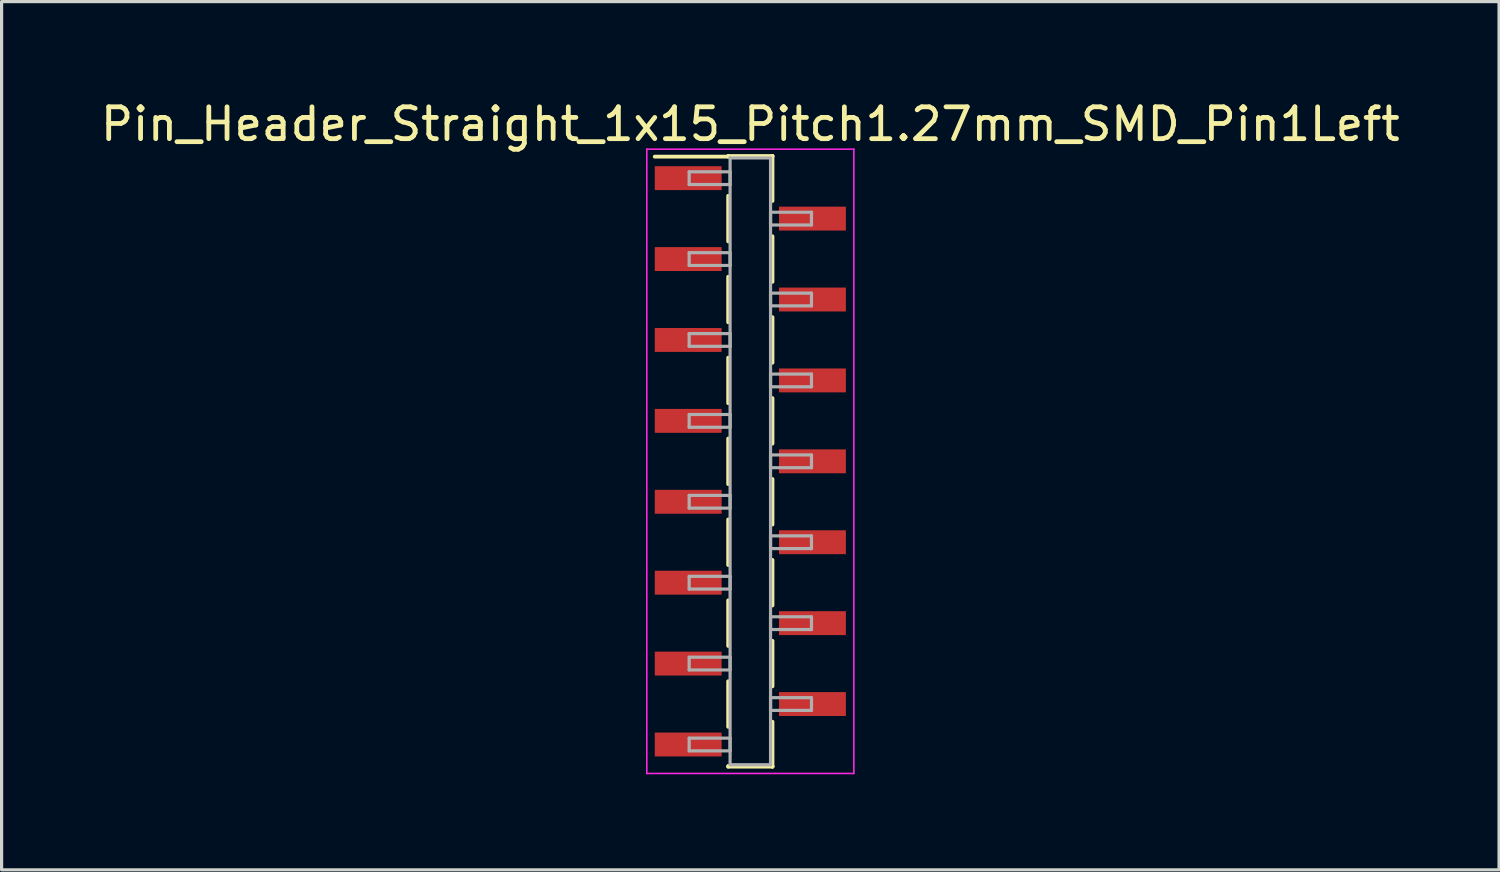
<source format=kicad_pcb>
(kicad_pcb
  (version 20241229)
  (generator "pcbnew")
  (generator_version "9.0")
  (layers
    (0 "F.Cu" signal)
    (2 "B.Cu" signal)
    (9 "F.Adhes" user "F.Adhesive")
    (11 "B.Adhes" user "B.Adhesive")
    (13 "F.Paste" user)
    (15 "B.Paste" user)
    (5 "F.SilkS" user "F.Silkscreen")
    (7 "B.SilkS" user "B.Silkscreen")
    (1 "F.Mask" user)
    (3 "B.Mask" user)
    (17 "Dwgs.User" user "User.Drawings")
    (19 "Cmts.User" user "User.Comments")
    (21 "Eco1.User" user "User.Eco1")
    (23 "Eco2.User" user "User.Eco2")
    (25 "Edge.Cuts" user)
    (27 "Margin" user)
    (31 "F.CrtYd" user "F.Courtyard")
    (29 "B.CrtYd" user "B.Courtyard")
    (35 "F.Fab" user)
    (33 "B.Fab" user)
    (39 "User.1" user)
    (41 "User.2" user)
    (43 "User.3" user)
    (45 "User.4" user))
  (footprint "Pin_Header_Straight_1x15_Pitch1.27mm_SMD_Pin1Left"
    (layer "F.Cu")
    (at 20.506 11.433)
    (property "Reference" "Pin_Header_Straight_1x15_Pitch1.27mm_SMD_Pin1Left" (at 0 -10.585 0) (layer "F.SilkS") (effects (font (size 1 1) (thickness 0.15))))
    (attr smd)
    (fp_line (start -0.695 -9.585) (end 0.695 -9.585) (stroke (width 0.12) (type solid)) (layer "F.SilkS"))
    (fp_line (start -0.695 -9.565) (end -3 -9.565) (stroke (width 0.12) (type solid)) (layer "F.SilkS"))
    (fp_line (start -0.695 -9.565) (end -0.695 -9.585) (stroke (width 0.12) (type solid)) (layer "F.SilkS"))
    (fp_line (start -0.695 -8.335) (end -0.695 -6.905) (stroke (width 0.12) (type solid)) (layer "F.SilkS"))
    (fp_line (start -0.695 -5.795) (end -0.695 -4.365) (stroke (width 0.12) (type solid)) (layer "F.SilkS"))
    (fp_line (start -0.695 -3.255) (end -0.695 -1.825) (stroke (width 0.12) (type solid)) (layer "F.SilkS"))
    (fp_line (start -0.695 -0.715) (end -0.695 0.715) (stroke (width 0.12) (type solid)) (layer "F.SilkS"))
    (fp_line (start -0.695 1.825) (end -0.695 3.255) (stroke (width 0.12) (type solid)) (layer "F.SilkS"))
    (fp_line (start -0.695 4.365) (end -0.695 5.795) (stroke (width 0.12) (type solid)) (layer "F.SilkS"))
    (fp_line (start -0.695 6.905) (end -0.695 8.335) (stroke (width 0.12) (type solid)) (layer "F.SilkS"))
    (fp_line (start -0.695 9.565) (end -0.695 9.585) (stroke (width 0.12) (type solid)) (layer "F.SilkS"))
    (fp_line (start -0.695 9.585) (end 0.695 9.585) (stroke (width 0.12) (type solid)) (layer "F.SilkS"))
    (fp_line (start 0.695 -9.585) (end 0.695 -9.565) (stroke (width 0.12) (type solid)) (layer "F.SilkS"))
    (fp_line (start 0.695 -9.585) (end 0.695 -8.175) (stroke (width 0.12) (type solid)) (layer "F.SilkS"))
    (fp_line (start 0.695 -7.065) (end 0.695 -5.635) (stroke (width 0.12) (type solid)) (layer "F.SilkS"))
    (fp_line (start 0.695 -4.525) (end 0.695 -3.095) (stroke (width 0.12) (type solid)) (layer "F.SilkS"))
    (fp_line (start 0.695 -1.985) (end 0.695 -0.555) (stroke (width 0.12) (type solid)) (layer "F.SilkS"))
    (fp_line (start 0.695 0.555) (end 0.695 1.985) (stroke (width 0.12) (type solid)) (layer "F.SilkS"))
    (fp_line (start 0.695 3.095) (end 0.695 4.525) (stroke (width 0.12) (type solid)) (layer "F.SilkS"))
    (fp_line (start 0.695 5.635) (end 0.695 7.065) (stroke (width 0.12) (type solid)) (layer "F.SilkS"))
    (fp_line (start 0.695 8.175) (end 0.695 9.585) (stroke (width 0.12) (type solid)) (layer "F.SilkS"))
    (fp_line (start 0.695 9.585) (end 0.695 9.565) (stroke (width 0.12) (type solid)) (layer "F.SilkS"))
    (fp_line (start -3.25 -9.8) (end -3.25 9.8) (stroke (width 0.05) (type solid)) (layer "F.CrtYd"))
    (fp_line (start -3.25 9.8) (end 3.25 9.8) (stroke (width 0.05) (type solid)) (layer "F.CrtYd"))
    (fp_line (start 3.25 -9.8) (end -3.25 -9.8) (stroke (width 0.05) (type solid)) (layer "F.CrtYd"))
    (fp_line (start 3.25 9.8) (end 3.25 -9.8) (stroke (width 0.05) (type solid)) (layer "F.CrtYd"))
    (fp_line (start -1.92 -9.09) (end -0.635 -9.09) (stroke (width 0.1) (type solid)) (layer "F.Fab"))
    (fp_line (start -1.92 -8.69) (end -1.92 -9.09) (stroke (width 0.1) (type solid)) (layer "F.Fab"))
    (fp_line (start -1.92 -6.55) (end -0.635 -6.55) (stroke (width 0.1) (type solid)) (layer "F.Fab"))
    (fp_line (start -1.92 -6.15) (end -1.92 -6.55) (stroke (width 0.1) (type solid)) (layer "F.Fab"))
    (fp_line (start -1.92 -4.01) (end -0.635 -4.01) (stroke (width 0.1) (type solid)) (layer "F.Fab"))
    (fp_line (start -1.92 -3.61) (end -1.92 -4.01) (stroke (width 0.1) (type solid)) (layer "F.Fab"))
    (fp_line (start -1.92 -1.47) (end -0.635 -1.47) (stroke (width 0.1) (type solid)) (layer "F.Fab"))
    (fp_line (start -1.92 -1.07) (end -1.92 -1.47) (stroke (width 0.1) (type solid)) (layer "F.Fab"))
    (fp_line (start -1.92 1.07) (end -0.635 1.07) (stroke (width 0.1) (type solid)) (layer "F.Fab"))
    (fp_line (start -1.92 1.47) (end -1.92 1.07) (stroke (width 0.1) (type solid)) (layer "F.Fab"))
    (fp_line (start -1.92 3.61) (end -0.635 3.61) (stroke (width 0.1) (type solid)) (layer "F.Fab"))
    (fp_line (start -1.92 4.01) (end -1.92 3.61) (stroke (width 0.1) (type solid)) (layer "F.Fab"))
    (fp_line (start -1.92 6.15) (end -0.635 6.15) (stroke (width 0.1) (type solid)) (layer "F.Fab"))
    (fp_line (start -1.92 6.55) (end -1.92 6.15) (stroke (width 0.1) (type solid)) (layer "F.Fab"))
    (fp_line (start -1.92 8.69) (end -0.635 8.69) (stroke (width 0.1) (type solid)) (layer "F.Fab"))
    (fp_line (start -1.92 9.09) (end -1.92 8.69) (stroke (width 0.1) (type solid)) (layer "F.Fab"))
    (fp_line (start -0.635 -9.525) (end -0.635 9.525) (stroke (width 0.1) (type solid)) (layer "F.Fab"))
    (fp_line (start -0.635 -9.09) (end -0.635 -8.69) (stroke (width 0.1) (type solid)) (layer "F.Fab"))
    (fp_line (start -0.635 -8.69) (end -1.92 -8.69) (stroke (width 0.1) (type solid)) (layer "F.Fab"))
    (fp_line (start -0.635 -6.55) (end -0.635 -6.15) (stroke (width 0.1) (type solid)) (layer "F.Fab"))
    (fp_line (start -0.635 -6.15) (end -1.92 -6.15) (stroke (width 0.1) (type solid)) (layer "F.Fab"))
    (fp_line (start -0.635 -4.01) (end -0.635 -3.61) (stroke (width 0.1) (type solid)) (layer "F.Fab"))
    (fp_line (start -0.635 -3.61) (end -1.92 -3.61) (stroke (width 0.1) (type solid)) (layer "F.Fab"))
    (fp_line (start -0.635 -1.47) (end -0.635 -1.07) (stroke (width 0.1) (type solid)) (layer "F.Fab"))
    (fp_line (start -0.635 -1.07) (end -1.92 -1.07) (stroke (width 0.1) (type solid)) (layer "F.Fab"))
    (fp_line (start -0.635 1.07) (end -0.635 1.47) (stroke (width 0.1) (type solid)) (layer "F.Fab"))
    (fp_line (start -0.635 1.47) (end -1.92 1.47) (stroke (width 0.1) (type solid)) (layer "F.Fab"))
    (fp_line (start -0.635 3.61) (end -0.635 4.01) (stroke (width 0.1) (type solid)) (layer "F.Fab"))
    (fp_line (start -0.635 4.01) (end -1.92 4.01) (stroke (width 0.1) (type solid)) (layer "F.Fab"))
    (fp_line (start -0.635 6.15) (end -0.635 6.55) (stroke (width 0.1) (type solid)) (layer "F.Fab"))
    (fp_line (start -0.635 6.55) (end -1.92 6.55) (stroke (width 0.1) (type solid)) (layer "F.Fab"))
    (fp_line (start -0.635 8.69) (end -0.635 9.09) (stroke (width 0.1) (type solid)) (layer "F.Fab"))
    (fp_line (start -0.635 9.09) (end -1.92 9.09) (stroke (width 0.1) (type solid)) (layer "F.Fab"))
    (fp_line (start -0.635 9.525) (end 0.635 9.525) (stroke (width 0.1) (type solid)) (layer "F.Fab"))
    (fp_line (start 0.635 -9.525) (end -0.635 -9.525) (stroke (width 0.1) (type solid)) (layer "F.Fab"))
    (fp_line (start 0.635 -7.82) (end 0.635 -7.42) (stroke (width 0.1) (type solid)) (layer "F.Fab"))
    (fp_line (start 0.635 -7.42) (end 1.92 -7.42) (stroke (width 0.1) (type solid)) (layer "F.Fab"))
    (fp_line (start 0.635 -5.28) (end 0.635 -4.88) (stroke (width 0.1) (type solid)) (layer "F.Fab"))
    (fp_line (start 0.635 -4.88) (end 1.92 -4.88) (stroke (width 0.1) (type solid)) (layer "F.Fab"))
    (fp_line (start 0.635 -2.74) (end 0.635 -2.34) (stroke (width 0.1) (type solid)) (layer "F.Fab"))
    (fp_line (start 0.635 -2.34) (end 1.92 -2.34) (stroke (width 0.1) (type solid)) (layer "F.Fab"))
    (fp_line (start 0.635 -0.2) (end 0.635 0.2) (stroke (width 0.1) (type solid)) (layer "F.Fab"))
    (fp_line (start 0.635 0.2) (end 1.92 0.2) (stroke (width 0.1) (type solid)) (layer "F.Fab"))
    (fp_line (start 0.635 2.34) (end 0.635 2.74) (stroke (width 0.1) (type solid)) (layer "F.Fab"))
    (fp_line (start 0.635 2.74) (end 1.92 2.74) (stroke (width 0.1) (type solid)) (layer "F.Fab"))
    (fp_line (start 0.635 4.88) (end 0.635 5.28) (stroke (width 0.1) (type solid)) (layer "F.Fab"))
    (fp_line (start 0.635 5.28) (end 1.92 5.28) (stroke (width 0.1) (type solid)) (layer "F.Fab"))
    (fp_line (start 0.635 7.42) (end 0.635 7.82) (stroke (width 0.1) (type solid)) (layer "F.Fab"))
    (fp_line (start 0.635 7.82) (end 1.92 7.82) (stroke (width 0.1) (type solid)) (layer "F.Fab"))
    (fp_line (start 0.635 9.525) (end 0.635 -9.525) (stroke (width 0.1) (type solid)) (layer "F.Fab"))
    (fp_line (start 1.92 -7.82) (end 0.635 -7.82) (stroke (width 0.1) (type solid)) (layer "F.Fab"))
    (fp_line (start 1.92 -7.42) (end 1.92 -7.82) (stroke (width 0.1) (type solid)) (layer "F.Fab"))
    (fp_line (start 1.92 -5.28) (end 0.635 -5.28) (stroke (width 0.1) (type solid)) (layer "F.Fab"))
    (fp_line (start 1.92 -4.88) (end 1.92 -5.28) (stroke (width 0.1) (type solid)) (layer "F.Fab"))
    (fp_line (start 1.92 -2.74) (end 0.635 -2.74) (stroke (width 0.1) (type solid)) (layer "F.Fab"))
    (fp_line (start 1.92 -2.34) (end 1.92 -2.74) (stroke (width 0.1) (type solid)) (layer "F.Fab"))
    (fp_line (start 1.92 -0.2) (end 0.635 -0.2) (stroke (width 0.1) (type solid)) (layer "F.Fab"))
    (fp_line (start 1.92 0.2) (end 1.92 -0.2) (stroke (width 0.1) (type solid)) (layer "F.Fab"))
    (fp_line (start 1.92 2.34) (end 0.635 2.34) (stroke (width 0.1) (type solid)) (layer "F.Fab"))
    (fp_line (start 1.92 2.74) (end 1.92 2.34) (stroke (width 0.1) (type solid)) (layer "F.Fab"))
    (fp_line (start 1.92 4.88) (end 0.635 4.88) (stroke (width 0.1) (type solid)) (layer "F.Fab"))
    (fp_line (start 1.92 5.28) (end 1.92 4.88) (stroke (width 0.1) (type solid)) (layer "F.Fab"))
    (fp_line (start 1.92 7.42) (end 0.635 7.42) (stroke (width 0.1) (type solid)) (layer "F.Fab"))
    (fp_line (start 1.92 7.82) (end 1.92 7.42) (stroke (width 0.1) (type solid)) (layer "F.Fab"))
    (pad "1" smd rect (at -1.95 -8.89) (size 2.1 0.75) (layers "F.Cu" "F.Mask"))
    (pad "2" smd rect (at 1.95 -7.62) (size 2.1 0.75) (layers "F.Cu" "F.Mask"))
    (pad "3" smd rect (at -1.95 -6.35) (size 2.1 0.75) (layers "F.Cu" "F.Mask"))
    (pad "4" smd rect (at 1.95 -5.08) (size 2.1 0.75) (layers "F.Cu" "F.Mask"))
    (pad "5" smd rect (at -1.95 -3.81) (size 2.1 0.75) (layers "F.Cu" "F.Mask"))
    (pad "6" smd rect (at 1.95 -2.54) (size 2.1 0.75) (layers "F.Cu" "F.Mask"))
    (pad "7" smd rect (at -1.95 -1.27) (size 2.1 0.75) (layers "F.Cu" "F.Mask"))
    (pad "8" smd rect (at 1.95 0) (size 2.1 0.75) (layers "F.Cu" "F.Mask"))
    (pad "9" smd rect (at -1.95 1.27) (size 2.1 0.75) (layers "F.Cu" "F.Mask"))
    (pad "10" smd rect (at 1.95 2.54) (size 2.1 0.75) (layers "F.Cu" "F.Mask"))
    (pad "11" smd rect (at -1.95 3.81) (size 2.1 0.75) (layers "F.Cu" "F.Mask"))
    (pad "12" smd rect (at 1.95 5.08) (size 2.1 0.75) (layers "F.Cu" "F.Mask"))
    (pad "13" smd rect (at -1.95 6.35) (size 2.1 0.75) (layers "F.Cu" "F.Mask"))
    (pad "14" smd rect (at 1.95 7.62) (size 2.1 0.75) (layers "F.Cu" "F.Mask"))
    (pad "15" smd rect (at -1.95 8.89) (size 2.1 0.75) (layers "F.Cu" "F.Mask")))
  (gr_rect
    (start -3 -3)
    (end 44.012 24.258)
    (stroke (width 0.1) (type default))
    (fill no)
    (layer "Edge.Cuts")))
</source>
